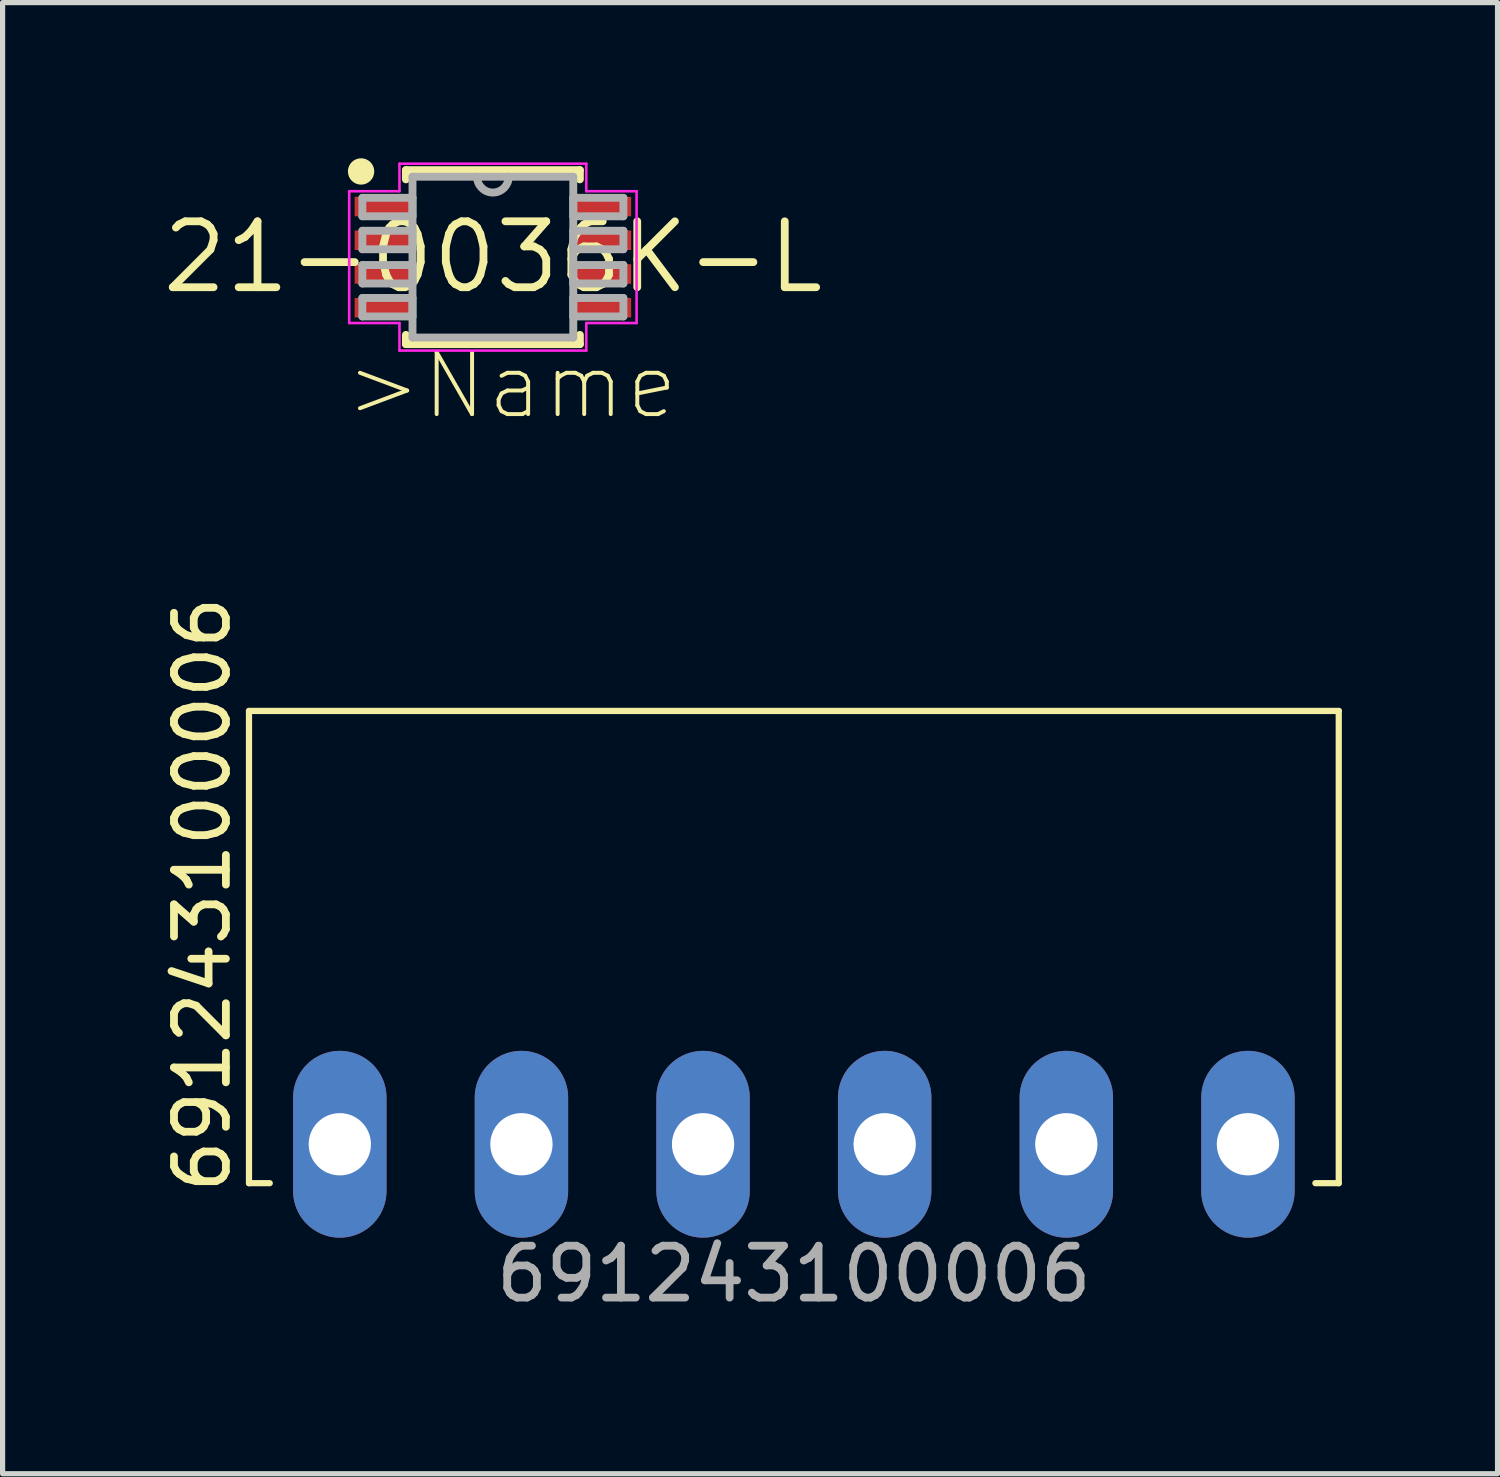
<source format=kicad_pcb>
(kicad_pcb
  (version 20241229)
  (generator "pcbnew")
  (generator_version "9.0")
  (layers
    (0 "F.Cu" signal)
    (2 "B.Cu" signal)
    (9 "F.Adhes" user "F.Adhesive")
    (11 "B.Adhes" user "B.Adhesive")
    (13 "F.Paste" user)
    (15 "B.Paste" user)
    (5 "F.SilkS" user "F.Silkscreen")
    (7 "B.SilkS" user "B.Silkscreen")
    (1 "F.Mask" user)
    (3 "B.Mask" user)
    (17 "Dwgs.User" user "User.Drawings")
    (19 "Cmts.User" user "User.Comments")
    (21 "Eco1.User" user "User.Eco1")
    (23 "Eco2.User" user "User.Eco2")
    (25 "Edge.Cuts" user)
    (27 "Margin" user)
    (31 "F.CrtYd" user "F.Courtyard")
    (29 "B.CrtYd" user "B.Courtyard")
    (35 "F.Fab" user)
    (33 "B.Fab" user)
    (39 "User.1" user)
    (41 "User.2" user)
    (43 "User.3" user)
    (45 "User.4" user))
  (footprint "21-0036K-L"
    (layer "F.Cu")
    (at 6.448 1.905)
    (property "Reference" "21-0036K-L" (at 0 0 0) (layer "F.SilkS") (effects (font (size 1.27 1.27) (thickness 0.15))))
    (fp_line (start -1.676 -1.676) (end -1.676 -1.499) (stroke (width 0.152) (type solid)) (layer "F.SilkS"))
    (fp_line (start -1.676 1.499) (end -1.676 1.676) (stroke (width 0.152) (type solid)) (layer "F.SilkS"))
    (fp_line (start -1.676 1.676) (end 1.676 1.676) (stroke (width 0.152) (type solid)) (layer "F.SilkS"))
    (fp_line (start 1.676 -1.676) (end -1.676 -1.676) (stroke (width 0.152) (type solid)) (layer "F.SilkS"))
    (fp_line (start 1.676 -1.499) (end 1.676 -1.676) (stroke (width 0.152) (type solid)) (layer "F.SilkS"))
    (fp_line (start 1.676 1.676) (end 1.676 1.499) (stroke (width 0.152) (type solid)) (layer "F.SilkS"))
    (fp_circle (center -2.54 -1.651) (end -2.413 -1.651) (stroke (width 0.254) (type solid)) (fill yes) (layer "F.SilkS"))
    (fp_line (start -2.769 -1.27) (end -1.8 -1.27) (stroke (width 0.05) (type solid)) (layer "F.CrtYd"))
    (fp_line (start -2.769 1.27) (end -2.769 -1.27) (stroke (width 0.05) (type solid)) (layer "F.CrtYd"))
    (fp_line (start -2.769 1.27) (end -1.8 1.27) (stroke (width 0.05) (type solid)) (layer "F.CrtYd"))
    (fp_line (start -1.8 -1.8) (end 1.8 -1.8) (stroke (width 0.05) (type solid)) (layer "F.CrtYd"))
    (fp_line (start -1.8 -1.27) (end -1.8 -1.8) (stroke (width 0.05) (type solid)) (layer "F.CrtYd"))
    (fp_line (start -1.8 1.8) (end -1.8 1.27) (stroke (width 0.05) (type solid)) (layer "F.CrtYd"))
    (fp_line (start 1.8 -1.8) (end 1.8 -1.27) (stroke (width 0.05) (type solid)) (layer "F.CrtYd"))
    (fp_line (start 1.8 1.27) (end 1.8 1.8) (stroke (width 0.05) (type solid)) (layer "F.CrtYd"))
    (fp_line (start 1.8 1.8) (end -1.8 1.8) (stroke (width 0.05) (type solid)) (layer "F.CrtYd"))
    (fp_line (start 2.769 -1.27) (end 1.8 -1.27) (stroke (width 0.05) (type solid)) (layer "F.CrtYd"))
    (fp_line (start 2.769 -1.27) (end 2.769 1.27) (stroke (width 0.05) (type solid)) (layer "F.CrtYd"))
    (fp_line (start 2.769 1.27) (end 1.8 1.27) (stroke (width 0.05) (type solid)) (layer "F.CrtYd"))
    (fp_line (start -2.515 -1.143) (end -2.515 -0.787) (stroke (width 0.152) (type solid)) (layer "F.Fab"))
    (fp_line (start -2.515 -0.787) (end -1.549 -0.787) (stroke (width 0.152) (type solid)) (layer "F.Fab"))
    (fp_line (start -2.515 -0.508) (end -2.515 -0.152) (stroke (width 0.152) (type solid)) (layer "F.Fab"))
    (fp_line (start -2.515 -0.152) (end -1.549 -0.152) (stroke (width 0.152) (type solid)) (layer "F.Fab"))
    (fp_line (start -2.515 0.152) (end -2.515 0.508) (stroke (width 0.152) (type solid)) (layer "F.Fab"))
    (fp_line (start -2.515 0.508) (end -1.549 0.508) (stroke (width 0.152) (type solid)) (layer "F.Fab"))
    (fp_line (start -2.515 0.787) (end -2.515 1.143) (stroke (width 0.152) (type solid)) (layer "F.Fab"))
    (fp_line (start -2.515 1.143) (end -1.549 1.143) (stroke (width 0.152) (type solid)) (layer "F.Fab"))
    (fp_line (start -1.549 -1.549) (end -1.549 1.549) (stroke (width 0.152) (type solid)) (layer "F.Fab"))
    (fp_line (start -1.549 -1.143) (end -2.515 -1.143) (stroke (width 0.152) (type solid)) (layer "F.Fab"))
    (fp_line (start -1.549 -0.787) (end -1.549 -1.143) (stroke (width 0.152) (type solid)) (layer "F.Fab"))
    (fp_line (start -1.549 -0.508) (end -2.515 -0.508) (stroke (width 0.152) (type solid)) (layer "F.Fab"))
    (fp_line (start -1.549 -0.152) (end -1.549 -0.508) (stroke (width 0.152) (type solid)) (layer "F.Fab"))
    (fp_line (start -1.549 0.152) (end -2.515 0.152) (stroke (width 0.152) (type solid)) (layer "F.Fab"))
    (fp_line (start -1.549 0.508) (end -1.549 0.152) (stroke (width 0.152) (type solid)) (layer "F.Fab"))
    (fp_line (start -1.549 0.787) (end -2.515 0.787) (stroke (width 0.152) (type solid)) (layer "F.Fab"))
    (fp_line (start -1.549 1.143) (end -1.549 0.787) (stroke (width 0.152) (type solid)) (layer "F.Fab"))
    (fp_line (start -1.549 1.549) (end 1.549 1.549) (stroke (width 0.152) (type solid)) (layer "F.Fab"))
    (fp_line (start -0.305 -1.549) (end -1.549 -1.549) (stroke (width 0.152) (type solid)) (layer "F.Fab"))
    (fp_line (start 0.305 -1.549) (end -0.305 -1.549) (stroke (width 0.152) (type solid)) (layer "F.Fab"))
    (fp_line (start 1.549 -1.549) (end 0.305 -1.549) (stroke (width 0.152) (type solid)) (layer "F.Fab"))
    (fp_line (start 1.549 -1.143) (end 1.549 -0.787) (stroke (width 0.152) (type solid)) (layer "F.Fab"))
    (fp_line (start 1.549 -0.787) (end 2.515 -0.787) (stroke (width 0.152) (type solid)) (layer "F.Fab"))
    (fp_line (start 1.549 -0.508) (end 1.549 -0.152) (stroke (width 0.152) (type solid)) (layer "F.Fab"))
    (fp_line (start 1.549 -0.152) (end 2.515 -0.152) (stroke (width 0.152) (type solid)) (layer "F.Fab"))
    (fp_line (start 1.549 0.152) (end 1.549 0.508) (stroke (width 0.152) (type solid)) (layer "F.Fab"))
    (fp_line (start 1.549 0.508) (end 2.515 0.508) (stroke (width 0.152) (type solid)) (layer "F.Fab"))
    (fp_line (start 1.549 0.787) (end 1.549 1.143) (stroke (width 0.152) (type solid)) (layer "F.Fab"))
    (fp_line (start 1.549 1.143) (end 2.515 1.143) (stroke (width 0.152) (type solid)) (layer "F.Fab"))
    (fp_line (start 1.549 1.549) (end 1.549 -1.549) (stroke (width 0.152) (type solid)) (layer "F.Fab"))
    (fp_line (start 2.515 -1.143) (end 1.549 -1.143) (stroke (width 0.152) (type solid)) (layer "F.Fab"))
    (fp_line (start 2.515 -0.787) (end 2.515 -1.143) (stroke (width 0.152) (type solid)) (layer "F.Fab"))
    (fp_line (start 2.515 -0.508) (end 1.549 -0.508) (stroke (width 0.152) (type solid)) (layer "F.Fab"))
    (fp_line (start 2.515 -0.152) (end 2.515 -0.508) (stroke (width 0.152) (type solid)) (layer "F.Fab"))
    (fp_line (start 2.515 0.152) (end 1.549 0.152) (stroke (width 0.152) (type solid)) (layer "F.Fab"))
    (fp_line (start 2.515 0.508) (end 2.515 0.152) (stroke (width 0.152) (type solid)) (layer "F.Fab"))
    (fp_line (start 2.515 0.787) (end 1.549 0.787) (stroke (width 0.152) (type solid)) (layer "F.Fab"))
    (fp_line (start 2.515 1.143) (end 2.515 0.787) (stroke (width 0.152) (type solid)) (layer "F.Fab"))
    (fp_arc (start 0.3048 -1.5494) (mid 0 -1.2446) (end -0.3048 -1.5494) (stroke (width 0.1524) (type solid)) (layer "F.Fab"))
    (fp_text user ">Name" (at -2.896 3.175 0) (layer "F.SilkS") (effects (font (size 1.194 1.194) (thickness 0.076)) (justify left bottom)))
    (pad "1" smd rect (at -2.134 -0.975) (size 1.06 0.376) (layers "F.Cu" "F.Mask" "F.Paste"))
    (pad "2" smd rect (at -2.134 -0.325) (size 1.06 0.376) (layers "F.Cu" "F.Mask" "F.Paste"))
    (pad "3" smd rect (at -2.134 0.325) (size 1.06 0.376) (layers "F.Cu" "F.Mask" "F.Paste"))
    (pad "4" smd rect (at -2.134 0.975) (size 1.06 0.376) (layers "F.Cu" "F.Mask" "F.Paste"))
    (pad "5" smd rect (at 2.134 0.975) (size 1.06 0.376) (layers "F.Cu" "F.Mask" "F.Paste"))
    (pad "6" smd rect (at 2.134 0.325) (size 1.06 0.376) (layers "F.Cu" "F.Mask" "F.Paste"))
    (pad "7" smd rect (at 2.134 -0.325) (size 1.06 0.376) (layers "F.Cu" "F.Mask" "F.Paste"))
    (pad "8" smd rect (at 2.134 -0.975) (size 1.06 0.376) (layers "F.Cu" "F.Mask" "F.Paste")))
  (footprint "691243100006"
    (layer "F.Cu")
    (at 12.248 19)
    (property "Reference" "691243100006" (at -11.4 1 90) (unlocked yes) (layer "F.SilkS") (effects (font (size 1 1) (thickness 0.15)) (justify left)))
    (attr through_hole)
    (fp_line (start -10.5 -8.35) (end -10.5 0.75) (stroke (width 0.12) (type solid)) (layer "F.SilkS"))
    (fp_line (start -10.5 0.75) (end -10.1 0.75) (stroke (width 0.12) (type solid)) (layer "F.SilkS"))
    (fp_line (start 10.05 0.75) (end 10.5 0.75) (stroke (width 0.12) (type solid)) (layer "F.SilkS"))
    (fp_line (start 10.5 -8.35) (end -10.5 -8.35) (stroke (width 0.12) (type solid)) (layer "F.SilkS"))
    (fp_line (start 10.5 0.75) (end 10.5 -8.35) (stroke (width 0.12) (type solid)) (layer "F.SilkS"))
    (fp_text user "${REFERENCE}" (at 0 2.5 0) (unlocked yes) (layer "F.Fab") (effects (font (size 1 1) (thickness 0.15))))
    (pad "1" thru_hole oval (at -8.75 0) (size 1.8 3.6) (drill 1.2) (layers "*.Cu" "*.Mask"))
    (pad "2" thru_hole oval (at -5.25 0) (size 1.8 3.6) (drill 1.2) (layers "*.Cu" "*.Mask"))
    (pad "3" thru_hole oval (at -1.75 0) (size 1.8 3.6) (drill 1.2) (layers "*.Cu" "*.Mask"))
    (pad "4" thru_hole oval (at 1.75 0) (size 1.8 3.6) (drill 1.2) (layers "*.Cu" "*.Mask"))
    (pad "5" thru_hole oval (at 5.25 0) (size 1.8 3.6) (drill 1.2) (layers "*.Cu" "*.Mask"))
    (pad "6" thru_hole oval (at 8.75 0) (size 1.8 3.6) (drill 1.2) (layers "*.Cu" "*.Mask")))
  (gr_rect
    (start -3 -3)
    (end 25.808 25.349)
    (stroke (width 0.1) (type default))
    (fill no)
    (layer "Edge.Cuts")))
</source>
